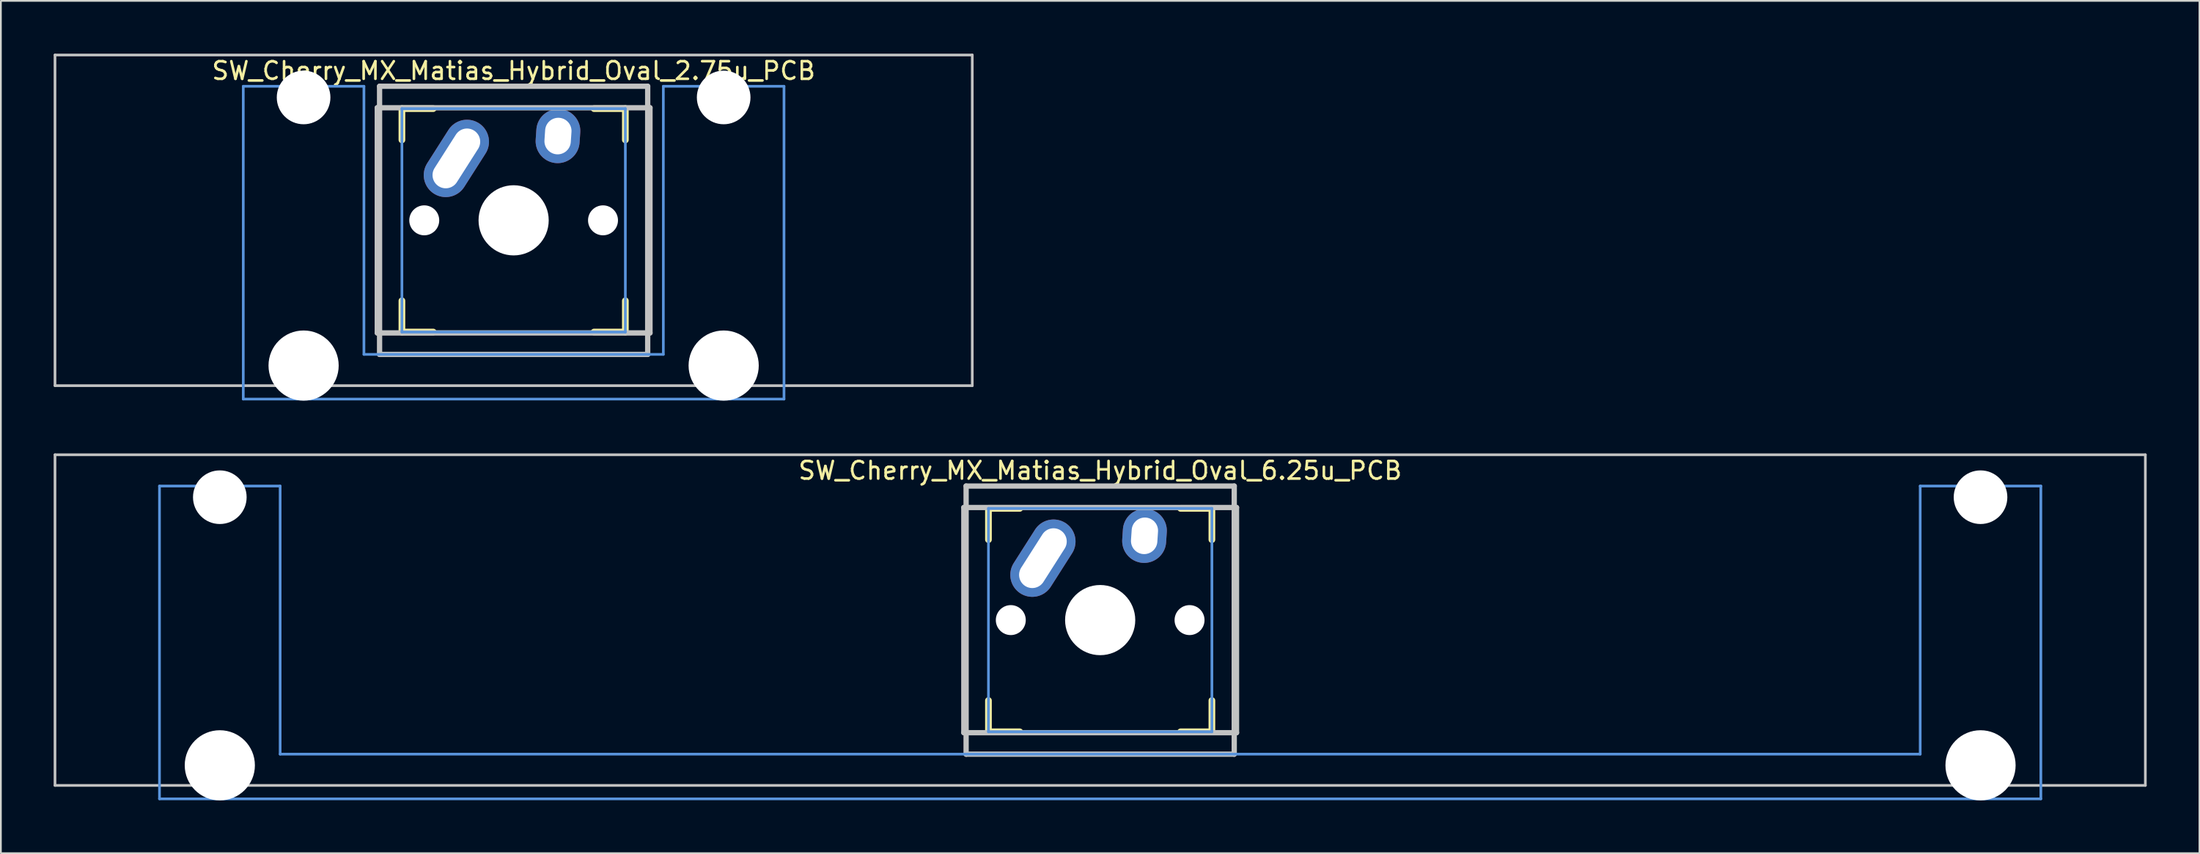
<source format=kicad_pcb>
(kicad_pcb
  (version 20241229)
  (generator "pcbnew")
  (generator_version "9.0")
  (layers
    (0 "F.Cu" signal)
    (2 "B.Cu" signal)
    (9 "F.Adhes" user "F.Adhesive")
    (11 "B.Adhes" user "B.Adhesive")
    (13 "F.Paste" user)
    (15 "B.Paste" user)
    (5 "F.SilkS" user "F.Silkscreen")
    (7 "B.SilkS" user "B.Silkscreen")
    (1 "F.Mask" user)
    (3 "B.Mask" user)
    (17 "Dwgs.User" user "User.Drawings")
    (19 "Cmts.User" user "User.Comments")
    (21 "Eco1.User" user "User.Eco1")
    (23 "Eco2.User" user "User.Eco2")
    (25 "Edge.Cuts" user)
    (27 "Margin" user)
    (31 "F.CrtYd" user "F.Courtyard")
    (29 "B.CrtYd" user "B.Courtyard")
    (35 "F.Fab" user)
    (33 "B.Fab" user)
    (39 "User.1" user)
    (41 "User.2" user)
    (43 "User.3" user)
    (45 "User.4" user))
  (footprint "SW_Cherry_MX_Matias_Hybrid_Oval_6.25u_PCB"
    (layer "F.Cu")
    (at 59.482 32.197)
    (property "Reference" "SW_Cherry_MX_Matias_Hybrid_Oval_6.25u_PCB" (at 0 -8.5 0) (layer "F.SilkS") (effects (font (size 1 1) (thickness 0.15))))
    (attr through_hole)
    (fp_line (start -6.35 -6.35) (end -4.572 -6.35) (stroke (width 0.381) (type solid)) (layer "F.SilkS"))
    (fp_line (start -6.35 -4.572) (end -6.35 -6.35) (stroke (width 0.381) (type solid)) (layer "F.SilkS"))
    (fp_line (start -6.35 6.35) (end -6.35 4.572) (stroke (width 0.381) (type solid)) (layer "F.SilkS"))
    (fp_line (start -4.572 6.35) (end -6.35 6.35) (stroke (width 0.381) (type solid)) (layer "F.SilkS"))
    (fp_line (start 4.572 -6.35) (end 6.35 -6.35) (stroke (width 0.381) (type solid)) (layer "F.SilkS"))
    (fp_line (start 6.35 -6.35) (end 6.35 -4.572) (stroke (width 0.381) (type solid)) (layer "F.SilkS"))
    (fp_line (start 6.35 4.572) (end 6.35 6.35) (stroke (width 0.381) (type solid)) (layer "F.SilkS"))
    (fp_line (start 6.35 6.35) (end 4.572 6.35) (stroke (width 0.381) (type solid)) (layer "F.SilkS"))
    (fp_line (start -59.406 -9.398) (end 59.406 -9.398) (stroke (width 0.152) (type solid)) (layer "Dwgs.User"))
    (fp_line (start -59.406 9.398) (end -59.406 -9.398) (stroke (width 0.152) (type solid)) (layer "Dwgs.User"))
    (fp_line (start -7.75 6.4) (end -7.75 -6.4) (stroke (width 0.3) (type solid)) (layer "Dwgs.User"))
    (fp_line (start -7.75 6.4) (end 7.75 6.4) (stroke (width 0.3) (type solid)) (layer "Dwgs.User"))
    (fp_line (start -7.62 -7.62) (end 7.62 -7.62) (stroke (width 0.3) (type solid)) (layer "Dwgs.User"))
    (fp_line (start -7.62 7.62) (end -7.62 -7.62) (stroke (width 0.3) (type solid)) (layer "Dwgs.User"))
    (fp_line (start 7.62 -7.62) (end 7.62 7.62) (stroke (width 0.3) (type solid)) (layer "Dwgs.User"))
    (fp_line (start 7.62 7.62) (end -7.62 7.62) (stroke (width 0.3) (type solid)) (layer "Dwgs.User"))
    (fp_line (start 7.75 -6.4) (end -7.75 -6.4) (stroke (width 0.3) (type solid)) (layer "Dwgs.User"))
    (fp_line (start 7.75 6.4) (end 7.75 -6.4) (stroke (width 0.3) (type solid)) (layer "Dwgs.User"))
    (fp_line (start 59.406 -9.398) (end 59.406 9.398) (stroke (width 0.152) (type solid)) (layer "Dwgs.User"))
    (fp_line (start 59.406 9.398) (end -59.406 9.398) (stroke (width 0.152) (type solid)) (layer "Dwgs.User"))
    (fp_line (start -53.467 -7.62) (end -53.467 10.16) (stroke (width 0.152) (type solid)) (layer "Cmts.User"))
    (fp_line (start -53.467 10.16) (end 53.467 10.16) (stroke (width 0.152) (type solid)) (layer "Cmts.User"))
    (fp_line (start -46.609 -7.62) (end -53.467 -7.62) (stroke (width 0.152) (type solid)) (layer "Cmts.User"))
    (fp_line (start -46.609 7.62) (end -46.609 -7.62) (stroke (width 0.152) (type solid)) (layer "Cmts.User"))
    (fp_line (start -6.35 -6.35) (end 6.35 -6.35) (stroke (width 0.152) (type solid)) (layer "Cmts.User"))
    (fp_line (start -6.35 6.35) (end -6.35 -6.35) (stroke (width 0.152) (type solid)) (layer "Cmts.User"))
    (fp_line (start 6.35 -6.35) (end 6.35 6.35) (stroke (width 0.152) (type solid)) (layer "Cmts.User"))
    (fp_line (start 6.35 6.35) (end -6.35 6.35) (stroke (width 0.152) (type solid)) (layer "Cmts.User"))
    (fp_line (start 46.609 -7.62) (end 46.609 7.62) (stroke (width 0.152) (type solid)) (layer "Cmts.User"))
    (fp_line (start 46.609 7.62) (end -46.609 7.62) (stroke (width 0.152) (type solid)) (layer "Cmts.User"))
    (fp_line (start 53.467 -7.62) (end 46.609 -7.62) (stroke (width 0.152) (type solid)) (layer "Cmts.User"))
    (fp_line (start 53.467 10.16) (end 53.467 -7.62) (stroke (width 0.152) (type solid)) (layer "Cmts.User"))
    (fp_line (start -54.229 -2.286) (end -53.365 -2.286) (stroke (width 0.152) (type solid)) (layer "Eco2.User"))
    (fp_line (start -54.229 0.508) (end -54.229 -2.286) (stroke (width 0.152) (type solid)) (layer "Eco2.User"))
    (fp_line (start -53.365 -5.69) (end -46.711 -5.69) (stroke (width 0.152) (type solid)) (layer "Eco2.User"))
    (fp_line (start -53.365 -2.286) (end -53.365 -5.69) (stroke (width 0.152) (type solid)) (layer "Eco2.User"))
    (fp_line (start -53.365 0.508) (end -54.229 0.508) (stroke (width 0.152) (type solid)) (layer "Eco2.User"))
    (fp_line (start -53.365 6.604) (end -53.365 0.508) (stroke (width 0.152) (type solid)) (layer "Eco2.User"))
    (fp_line (start -52.324 6.604) (end -53.365 6.604) (stroke (width 0.152) (type solid)) (layer "Eco2.User"))
    (fp_line (start -52.324 7.772) (end -52.324 6.604) (stroke (width 0.152) (type solid)) (layer "Eco2.User"))
    (fp_line (start -47.752 6.604) (end -47.752 7.772) (stroke (width 0.152) (type solid)) (layer "Eco2.User"))
    (fp_line (start -47.752 7.772) (end -52.324 7.772) (stroke (width 0.152) (type solid)) (layer "Eco2.User"))
    (fp_line (start -46.711 -5.69) (end -46.711 -2.286) (stroke (width 0.152) (type solid)) (layer "Eco2.User"))
    (fp_line (start -46.711 -2.286) (end -6.985 -2.286) (stroke (width 0.152) (type solid)) (layer "Eco2.User"))
    (fp_line (start -46.711 2.286) (end -46.711 6.604) (stroke (width 0.152) (type solid)) (layer "Eco2.User"))
    (fp_line (start -46.711 6.604) (end -47.752 6.604) (stroke (width 0.152) (type solid)) (layer "Eco2.User"))
    (fp_line (start -6.985 -6.985) (end 6.985 -6.985) (stroke (width 0.152) (type solid)) (layer "Eco2.User"))
    (fp_line (start -6.985 -2.286) (end -6.985 -6.985) (stroke (width 0.152) (type solid)) (layer "Eco2.User"))
    (fp_line (start -6.985 2.286) (end -46.711 2.286) (stroke (width 0.152) (type solid)) (layer "Eco2.User"))
    (fp_line (start -6.985 6.985) (end -6.985 2.286) (stroke (width 0.152) (type solid)) (layer "Eco2.User"))
    (fp_line (start 6.985 -6.985) (end 6.985 -2.286) (stroke (width 0.152) (type solid)) (layer "Eco2.User"))
    (fp_line (start 6.985 -2.286) (end 46.711 -2.286) (stroke (width 0.152) (type solid)) (layer "Eco2.User"))
    (fp_line (start 6.985 2.286) (end 6.985 6.985) (stroke (width 0.152) (type solid)) (layer "Eco2.User"))
    (fp_line (start 6.985 6.985) (end -6.985 6.985) (stroke (width 0.152) (type solid)) (layer "Eco2.User"))
    (fp_line (start 46.711 -5.69) (end 53.365 -5.69) (stroke (width 0.152) (type solid)) (layer "Eco2.User"))
    (fp_line (start 46.711 -2.286) (end 46.711 -5.69) (stroke (width 0.152) (type solid)) (layer "Eco2.User"))
    (fp_line (start 46.711 2.286) (end 6.985 2.286) (stroke (width 0.152) (type solid)) (layer "Eco2.User"))
    (fp_line (start 46.711 6.604) (end 46.711 2.286) (stroke (width 0.152) (type solid)) (layer "Eco2.User"))
    (fp_line (start 47.752 6.604) (end 46.711 6.604) (stroke (width 0.152) (type solid)) (layer "Eco2.User"))
    (fp_line (start 47.752 7.772) (end 47.752 6.604) (stroke (width 0.152) (type solid)) (layer "Eco2.User"))
    (fp_line (start 52.324 6.604) (end 52.324 7.772) (stroke (width 0.152) (type solid)) (layer "Eco2.User"))
    (fp_line (start 52.324 7.772) (end 47.752 7.772) (stroke (width 0.152) (type solid)) (layer "Eco2.User"))
    (fp_line (start 53.365 -5.69) (end 53.365 -2.286) (stroke (width 0.152) (type solid)) (layer "Eco2.User"))
    (fp_line (start 53.365 -2.286) (end 54.229 -2.286) (stroke (width 0.152) (type solid)) (layer "Eco2.User"))
    (fp_line (start 53.365 0.508) (end 53.365 6.604) (stroke (width 0.152) (type solid)) (layer "Eco2.User"))
    (fp_line (start 53.365 6.604) (end 52.324 6.604) (stroke (width 0.152) (type solid)) (layer "Eco2.User"))
    (fp_line (start 54.229 -2.286) (end 54.229 0.508) (stroke (width 0.152) (type solid)) (layer "Eco2.User"))
    (fp_line (start 54.229 0.508) (end 53.365 0.508) (stroke (width 0.152) (type solid)) (layer "Eco2.User"))
    (pad "" np_thru_hole circle (at -50.038 -6.985) (size 3.048 3.048) (drill 3.048) (layers "*.Cu" "*.Mask"))
    (pad "" np_thru_hole circle (at -50.038 8.255) (size 3.988 3.988) (drill 3.988) (layers "*.Cu" "*.Mask"))
    (pad "" np_thru_hole circle (at -5.08 0) (size 1.702 1.702) (drill 1.702) (layers "*.Cu" "*.Mask"))
    (pad "" np_thru_hole circle (at 0 0) (size 3.988 3.988) (drill 3.988) (layers "*.Cu" "*.Mask"))
    (pad "" np_thru_hole circle (at 5.08 0) (size 1.702 1.702) (drill 1.702) (layers "*.Cu" "*.Mask"))
    (pad "" np_thru_hole circle (at 50.038 -6.985) (size 3.048 3.048) (drill 3.048) (layers "*.Cu" "*.Mask"))
    (pad "" np_thru_hole circle (at 50.038 8.255) (size 3.988 3.988) (drill 3.988) (layers "*.Cu" "*.Mask"))
    (pad "1" thru_hole oval (at 2.52 -4.79 356.1) (size 2.5 3.08) (drill oval 1.5 2.08) (layers "*.Cu" "*.Mask"))
    (pad "2" thru_hole oval (at -3.255 -3.52 327.5) (size 2.5 4.75) (drill oval 1.5 3.75) (layers "*.Cu" "*.Mask")))
  (footprint "SW_Cherry_MX_Matias_Hybrid_Oval_2.75u_PCB"
    (layer "F.Cu")
    (at 26.144 9.474)
    (property "Reference" "SW_Cherry_MX_Matias_Hybrid_Oval_2.75u_PCB" (at 0 -8.5 0) (layer "F.SilkS") (effects (font (size 1 1) (thickness 0.15))))
    (attr through_hole)
    (fp_line (start -6.35 -6.35) (end -4.572 -6.35) (stroke (width 0.381) (type solid)) (layer "F.SilkS"))
    (fp_line (start -6.35 -4.572) (end -6.35 -6.35) (stroke (width 0.381) (type solid)) (layer "F.SilkS"))
    (fp_line (start -6.35 6.35) (end -6.35 4.572) (stroke (width 0.381) (type solid)) (layer "F.SilkS"))
    (fp_line (start -4.572 6.35) (end -6.35 6.35) (stroke (width 0.381) (type solid)) (layer "F.SilkS"))
    (fp_line (start 4.572 -6.35) (end 6.35 -6.35) (stroke (width 0.381) (type solid)) (layer "F.SilkS"))
    (fp_line (start 6.35 -6.35) (end 6.35 -4.572) (stroke (width 0.381) (type solid)) (layer "F.SilkS"))
    (fp_line (start 6.35 4.572) (end 6.35 6.35) (stroke (width 0.381) (type solid)) (layer "F.SilkS"))
    (fp_line (start 6.35 6.35) (end 4.572 6.35) (stroke (width 0.381) (type solid)) (layer "F.SilkS"))
    (fp_line (start -26.068 -9.398) (end 26.068 -9.398) (stroke (width 0.152) (type solid)) (layer "Dwgs.User"))
    (fp_line (start -26.068 9.398) (end -26.068 -9.398) (stroke (width 0.152) (type solid)) (layer "Dwgs.User"))
    (fp_line (start -7.75 6.4) (end -7.75 -6.4) (stroke (width 0.3) (type solid)) (layer "Dwgs.User"))
    (fp_line (start -7.75 6.4) (end 7.75 6.4) (stroke (width 0.3) (type solid)) (layer "Dwgs.User"))
    (fp_line (start -7.62 -7.62) (end 7.62 -7.62) (stroke (width 0.3) (type solid)) (layer "Dwgs.User"))
    (fp_line (start -7.62 7.62) (end -7.62 -7.62) (stroke (width 0.3) (type solid)) (layer "Dwgs.User"))
    (fp_line (start 7.62 -7.62) (end 7.62 7.62) (stroke (width 0.3) (type solid)) (layer "Dwgs.User"))
    (fp_line (start 7.62 7.62) (end -7.62 7.62) (stroke (width 0.3) (type solid)) (layer "Dwgs.User"))
    (fp_line (start 7.75 -6.4) (end -7.75 -6.4) (stroke (width 0.3) (type solid)) (layer "Dwgs.User"))
    (fp_line (start 7.75 6.4) (end 7.75 -6.4) (stroke (width 0.3) (type solid)) (layer "Dwgs.User"))
    (fp_line (start 26.068 -9.398) (end 26.068 9.398) (stroke (width 0.152) (type solid)) (layer "Dwgs.User"))
    (fp_line (start 26.068 9.398) (end -26.068 9.398) (stroke (width 0.152) (type solid)) (layer "Dwgs.User"))
    (fp_line (start -15.367 -7.62) (end -15.367 10.16) (stroke (width 0.152) (type solid)) (layer "Cmts.User"))
    (fp_line (start -15.367 10.16) (end 15.367 10.16) (stroke (width 0.152) (type solid)) (layer "Cmts.User"))
    (fp_line (start -8.509 -7.62) (end -15.367 -7.62) (stroke (width 0.152) (type solid)) (layer "Cmts.User"))
    (fp_line (start -8.509 7.62) (end -8.509 -7.62) (stroke (width 0.152) (type solid)) (layer "Cmts.User"))
    (fp_line (start -6.35 -6.35) (end 6.35 -6.35) (stroke (width 0.152) (type solid)) (layer "Cmts.User"))
    (fp_line (start -6.35 6.35) (end -6.35 -6.35) (stroke (width 0.152) (type solid)) (layer "Cmts.User"))
    (fp_line (start 6.35 -6.35) (end 6.35 6.35) (stroke (width 0.152) (type solid)) (layer "Cmts.User"))
    (fp_line (start 6.35 6.35) (end -6.35 6.35) (stroke (width 0.152) (type solid)) (layer "Cmts.User"))
    (fp_line (start 8.509 -7.62) (end 8.509 7.62) (stroke (width 0.152) (type solid)) (layer "Cmts.User"))
    (fp_line (start 8.509 7.62) (end -8.509 7.62) (stroke (width 0.152) (type solid)) (layer "Cmts.User"))
    (fp_line (start 15.367 -7.62) (end 8.509 -7.62) (stroke (width 0.152) (type solid)) (layer "Cmts.User"))
    (fp_line (start 15.367 10.16) (end 15.367 -7.62) (stroke (width 0.152) (type solid)) (layer "Cmts.User"))
    (fp_line (start -16.129 -2.286) (end -15.265 -2.286) (stroke (width 0.152) (type solid)) (layer "Eco2.User"))
    (fp_line (start -16.129 0.508) (end -16.129 -2.286) (stroke (width 0.152) (type solid)) (layer "Eco2.User"))
    (fp_line (start -15.265 -5.69) (end -8.611 -5.69) (stroke (width 0.152) (type solid)) (layer "Eco2.User"))
    (fp_line (start -15.265 -2.286) (end -15.265 -5.69) (stroke (width 0.152) (type solid)) (layer "Eco2.User"))
    (fp_line (start -15.265 0.508) (end -16.129 0.508) (stroke (width 0.152) (type solid)) (layer "Eco2.User"))
    (fp_line (start -15.265 6.604) (end -15.265 0.508) (stroke (width 0.152) (type solid)) (layer "Eco2.User"))
    (fp_line (start -14.224 6.604) (end -15.265 6.604) (stroke (width 0.152) (type solid)) (layer "Eco2.User"))
    (fp_line (start -14.224 7.772) (end -14.224 6.604) (stroke (width 0.152) (type solid)) (layer "Eco2.User"))
    (fp_line (start -9.652 6.604) (end -9.652 7.772) (stroke (width 0.152) (type solid)) (layer "Eco2.User"))
    (fp_line (start -9.652 7.772) (end -14.224 7.772) (stroke (width 0.152) (type solid)) (layer "Eco2.User"))
    (fp_line (start -8.611 -5.69) (end -8.611 -4.877) (stroke (width 0.152) (type solid)) (layer "Eco2.User"))
    (fp_line (start -8.611 -4.877) (end -6.985 -4.877) (stroke (width 0.152) (type solid)) (layer "Eco2.User"))
    (fp_line (start -8.611 5.817) (end -8.611 6.604) (stroke (width 0.152) (type solid)) (layer "Eco2.User"))
    (fp_line (start -8.611 6.604) (end -9.652 6.604) (stroke (width 0.152) (type solid)) (layer "Eco2.User"))
    (fp_line (start -6.985 -6.985) (end 6.985 -6.985) (stroke (width 0.152) (type solid)) (layer "Eco2.User"))
    (fp_line (start -6.985 -4.877) (end -6.985 -6.985) (stroke (width 0.152) (type solid)) (layer "Eco2.User"))
    (fp_line (start -6.985 5.817) (end -8.611 5.817) (stroke (width 0.152) (type solid)) (layer "Eco2.User"))
    (fp_line (start -6.985 6.985) (end -6.985 5.817) (stroke (width 0.152) (type solid)) (layer "Eco2.User"))
    (fp_line (start 6.985 -6.985) (end 6.985 -4.877) (stroke (width 0.152) (type solid)) (layer "Eco2.User"))
    (fp_line (start 6.985 -4.877) (end 8.611 -4.877) (stroke (width 0.152) (type solid)) (layer "Eco2.User"))
    (fp_line (start 6.985 5.817) (end 6.985 6.985) (stroke (width 0.152) (type solid)) (layer "Eco2.User"))
    (fp_line (start 6.985 6.985) (end -6.985 6.985) (stroke (width 0.152) (type solid)) (layer "Eco2.User"))
    (fp_line (start 8.611 -5.69) (end 15.265 -5.69) (stroke (width 0.152) (type solid)) (layer "Eco2.User"))
    (fp_line (start 8.611 -4.877) (end 8.611 -5.69) (stroke (width 0.152) (type solid)) (layer "Eco2.User"))
    (fp_line (start 8.611 5.817) (end 6.985 5.817) (stroke (width 0.152) (type solid)) (layer "Eco2.User"))
    (fp_line (start 8.611 6.604) (end 8.611 5.817) (stroke (width 0.152) (type solid)) (layer "Eco2.User"))
    (fp_line (start 9.652 6.604) (end 8.611 6.604) (stroke (width 0.152) (type solid)) (layer "Eco2.User"))
    (fp_line (start 9.652 7.772) (end 9.652 6.604) (stroke (width 0.152) (type solid)) (layer "Eco2.User"))
    (fp_line (start 14.224 6.604) (end 14.224 7.772) (stroke (width 0.152) (type solid)) (layer "Eco2.User"))
    (fp_line (start 14.224 7.772) (end 9.652 7.772) (stroke (width 0.152) (type solid)) (layer "Eco2.User"))
    (fp_line (start 15.265 -5.69) (end 15.265 -2.286) (stroke (width 0.152) (type solid)) (layer "Eco2.User"))
    (fp_line (start 15.265 -2.286) (end 16.129 -2.286) (stroke (width 0.152) (type solid)) (layer "Eco2.User"))
    (fp_line (start 15.265 0.508) (end 15.265 6.604) (stroke (width 0.152) (type solid)) (layer "Eco2.User"))
    (fp_line (start 15.265 6.604) (end 14.224 6.604) (stroke (width 0.152) (type solid)) (layer "Eco2.User"))
    (fp_line (start 16.129 -2.286) (end 16.129 0.508) (stroke (width 0.152) (type solid)) (layer "Eco2.User"))
    (fp_line (start 16.129 0.508) (end 15.265 0.508) (stroke (width 0.152) (type solid)) (layer "Eco2.User"))
    (pad "" np_thru_hole circle (at -11.938 -6.985) (size 3.048 3.048) (drill 3.048) (layers "*.Cu" "*.Mask"))
    (pad "" np_thru_hole circle (at -11.938 8.255) (size 3.988 3.988) (drill 3.988) (layers "*.Cu" "*.Mask"))
    (pad "" np_thru_hole circle (at -5.08 0) (size 1.702 1.702) (drill 1.702) (layers "*.Cu" "*.Mask"))
    (pad "" np_thru_hole circle (at 0 0) (size 3.988 3.988) (drill 3.988) (layers "*.Cu" "*.Mask"))
    (pad "" np_thru_hole circle (at 5.08 0) (size 1.702 1.702) (drill 1.702) (layers "*.Cu" "*.Mask"))
    (pad "" np_thru_hole circle (at 11.938 -6.985) (size 3.048 3.048) (drill 3.048) (layers "*.Cu" "*.Mask"))
    (pad "" np_thru_hole circle (at 11.938 8.255) (size 3.988 3.988) (drill 3.988) (layers "*.Cu" "*.Mask"))
    (pad "1" thru_hole oval (at 2.52 -4.79 356.1) (size 2.5 3.08) (drill oval 1.5 2.08) (layers "*.Cu" "*.Mask"))
    (pad "2" thru_hole oval (at -3.255 -3.52 327.5) (size 2.5 4.75) (drill oval 1.5 3.75) (layers "*.Cu" "*.Mask")))
  (gr_rect
    (start -3 -3)
    (end 121.963 45.446)
    (stroke (width 0.1) (type default))
    (fill no)
    (layer "Edge.Cuts")))
</source>
